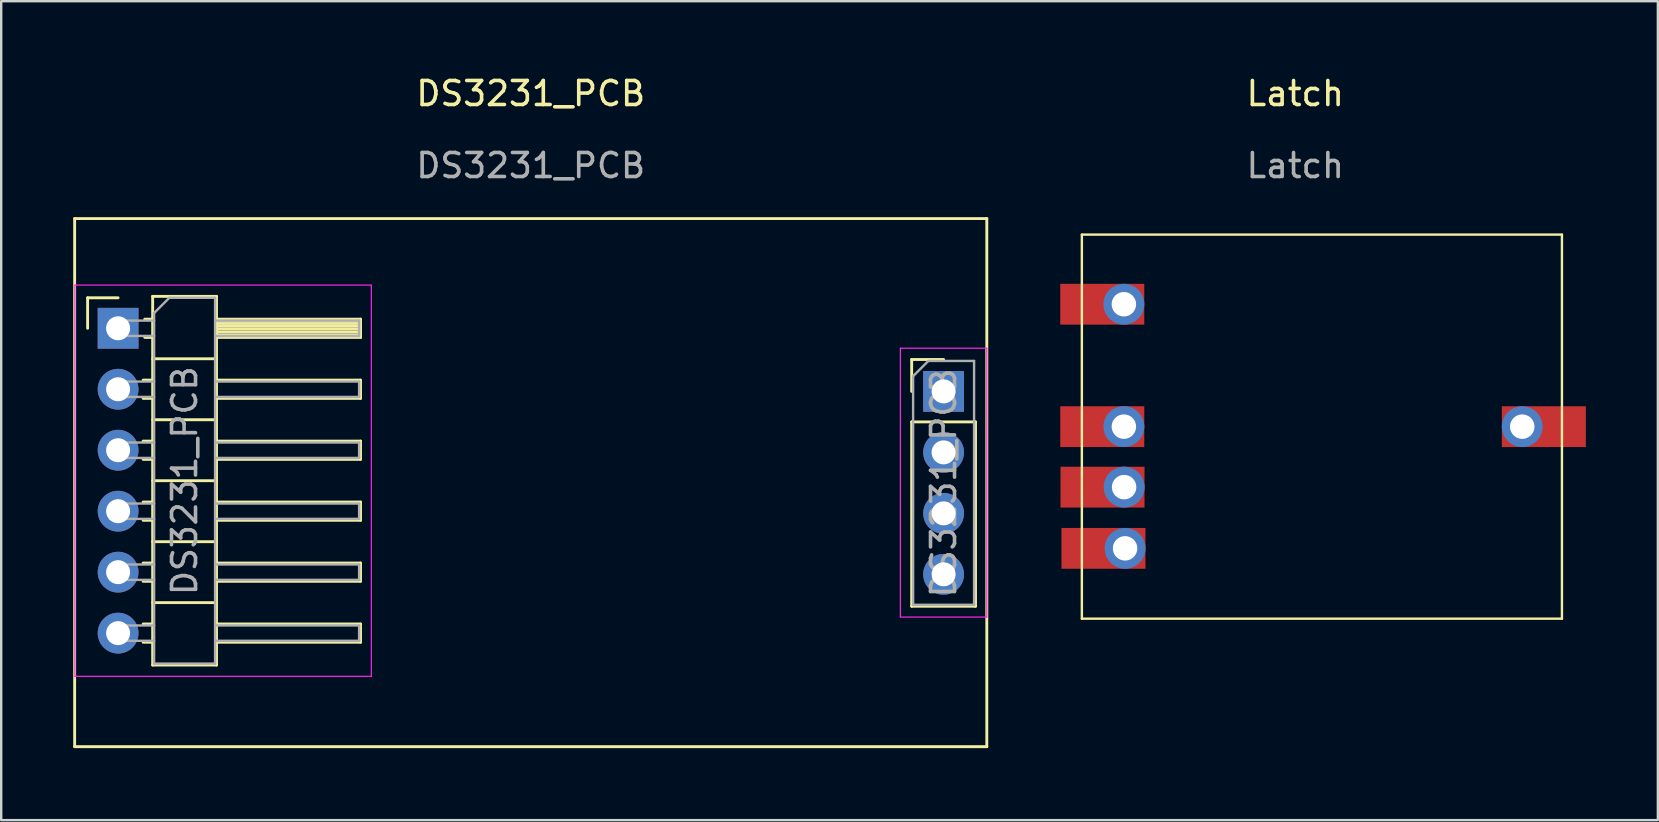
<source format=kicad_pcb>
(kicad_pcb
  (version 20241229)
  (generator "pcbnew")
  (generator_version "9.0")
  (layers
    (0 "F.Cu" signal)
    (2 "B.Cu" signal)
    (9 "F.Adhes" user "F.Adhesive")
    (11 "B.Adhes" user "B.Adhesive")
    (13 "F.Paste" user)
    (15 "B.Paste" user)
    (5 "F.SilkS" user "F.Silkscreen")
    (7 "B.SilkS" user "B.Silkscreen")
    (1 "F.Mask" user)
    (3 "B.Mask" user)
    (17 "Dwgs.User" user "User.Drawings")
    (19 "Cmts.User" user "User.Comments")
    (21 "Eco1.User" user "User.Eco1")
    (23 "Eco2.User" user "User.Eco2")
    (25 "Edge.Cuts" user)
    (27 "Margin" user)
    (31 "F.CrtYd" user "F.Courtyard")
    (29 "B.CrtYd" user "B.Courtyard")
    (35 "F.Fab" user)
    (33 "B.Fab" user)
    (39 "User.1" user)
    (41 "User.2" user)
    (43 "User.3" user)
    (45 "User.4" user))
  (footprint "Latch"
    (layer "F.Cu")
    (at 50.91 14.262)
    (property "Reference" "Latch" (at 0 -13.414 0) (unlocked yes) (layer "F.SilkS") (effects (font (size 1 1) (thickness 0.15))))
    (attr smd)
    (fp_line (start -8.89 -7.538) (end -8.89 8.462) (stroke (width 0.1) (type solid)) (layer "F.SilkS"))
    (fp_line (start -8.89 8.462) (end 11.11 8.462) (stroke (width 0.1) (type solid)) (layer "F.SilkS"))
    (fp_line (start 11.11 -7.538) (end -8.89 -7.538) (stroke (width 0.1) (type solid)) (layer "F.SilkS"))
    (fp_line (start 11.11 8.462) (end 11.11 -7.538) (stroke (width 0.1) (type solid)) (layer "F.SilkS"))
    (fp_text user "${REFERENCE}" (at 0 -10.414 0) (unlocked yes) (layer "F.Fab") (effects (font (size 1 1) (thickness 0.15))))
    (pad "1" thru_hole oval (at -7.14 -4.638) (size 1.7 1.7) (drill 1.02) (layers "*.Cu" "*.Mask"))
    (pad "1" smd rect (at -7.14 -4.638) (size 3.5 1.7) (drill (offset -0.9 0)) (layers "F.Cu" "F.Mask"))
    (pad "2" thru_hole oval (at -7.14 0.462) (size 1.7 1.7) (drill 1.02) (layers "*.Cu" "*.Mask"))
    (pad "2" smd rect (at -7.14 0.462) (size 3.5 1.7) (drill (offset -0.9 0)) (layers "F.Cu" "F.Mask"))
    (pad "3" thru_hole oval (at -7.13 2.982) (size 1.7 1.7) (drill 1.02) (layers "*.Cu" "*.Mask"))
    (pad "3" smd rect (at -7.13 2.982) (size 3.5 1.7) (drill (offset -0.9 0)) (layers "F.Cu" "F.Mask"))
    (pad "4" thru_hole oval (at -7.09 5.532) (size 1.7 1.7) (drill 1.02) (layers "*.Cu" "*.Mask"))
    (pad "4" smd rect (at -7.09 5.532) (size 3.5 1.7) (drill (offset -0.9 0)) (layers "F.Cu" "F.Mask"))
    (pad "5" thru_hole oval (at 9.456 0.462 180) (size 1.7 1.7) (drill 1.02) (layers "*.Cu" "*.Mask"))
    (pad "5" smd rect (at 9.456 0.462 180) (size 3.5 1.7) (drill (offset -0.9 0)) (layers "F.Cu" "F.Mask")))
  (footprint "DS3231_PCB"
    (layer "F.Cu")
    (at 19.06 17.056)
    (property "Reference" "DS3231_PCB" (at 0 -16.208 0) (unlocked yes) (layer "F.SilkS") (effects (font (size 1 1) (thickness 0.15))))
    (attr smd)
    (fp_line (start -19 -11) (end 19 -11) (stroke (width 0.12) (type solid)) (layer "F.SilkS"))
    (fp_line (start -19 11) (end -19 -11) (stroke (width 0.12) (type solid)) (layer "F.SilkS"))
    (fp_line (start -18.46 -7.7) (end -17.19 -7.7) (stroke (width 0.12) (type solid)) (layer "F.SilkS"))
    (fp_line (start -18.46 -6.43) (end -18.46 -7.7) (stroke (width 0.12) (type solid)) (layer "F.SilkS"))
    (fp_line (start -16.147 -4.27) (end -15.75 -4.27) (stroke (width 0.12) (type solid)) (layer "F.SilkS"))
    (fp_line (start -16.147 -3.51) (end -15.75 -3.51) (stroke (width 0.12) (type solid)) (layer "F.SilkS"))
    (fp_line (start -16.147 -1.73) (end -15.75 -1.73) (stroke (width 0.12) (type solid)) (layer "F.SilkS"))
    (fp_line (start -16.147 -0.97) (end -15.75 -0.97) (stroke (width 0.12) (type solid)) (layer "F.SilkS"))
    (fp_line (start -16.147 0.81) (end -15.75 0.81) (stroke (width 0.12) (type solid)) (layer "F.SilkS"))
    (fp_line (start -16.147 1.57) (end -15.75 1.57) (stroke (width 0.12) (type solid)) (layer "F.SilkS"))
    (fp_line (start -16.147 3.35) (end -15.75 3.35) (stroke (width 0.12) (type solid)) (layer "F.SilkS"))
    (fp_line (start -16.147 4.11) (end -15.75 4.11) (stroke (width 0.12) (type solid)) (layer "F.SilkS"))
    (fp_line (start -16.147 5.89) (end -15.75 5.89) (stroke (width 0.12) (type solid)) (layer "F.SilkS"))
    (fp_line (start -16.147 6.65) (end -15.75 6.65) (stroke (width 0.12) (type solid)) (layer "F.SilkS"))
    (fp_line (start -16.08 -6.81) (end -15.75 -6.81) (stroke (width 0.12) (type solid)) (layer "F.SilkS"))
    (fp_line (start -16.08 -6.05) (end -15.75 -6.05) (stroke (width 0.12) (type solid)) (layer "F.SilkS"))
    (fp_line (start -15.75 -7.76) (end -15.75 7.6) (stroke (width 0.12) (type solid)) (layer "F.SilkS"))
    (fp_line (start -15.75 -5.16) (end -13.09 -5.16) (stroke (width 0.12) (type solid)) (layer "F.SilkS"))
    (fp_line (start -15.75 -2.62) (end -13.09 -2.62) (stroke (width 0.12) (type solid)) (layer "F.SilkS"))
    (fp_line (start -15.75 -0.08) (end -13.09 -0.08) (stroke (width 0.12) (type solid)) (layer "F.SilkS"))
    (fp_line (start -15.75 2.46) (end -13.09 2.46) (stroke (width 0.12) (type solid)) (layer "F.SilkS"))
    (fp_line (start -15.75 5) (end -13.09 5) (stroke (width 0.12) (type solid)) (layer "F.SilkS"))
    (fp_line (start -15.75 7.6) (end -13.09 7.6) (stroke (width 0.12) (type solid)) (layer "F.SilkS"))
    (fp_line (start -13.09 -7.76) (end -15.75 -7.76) (stroke (width 0.12) (type solid)) (layer "F.SilkS"))
    (fp_line (start -13.09 -6.81) (end -7.09 -6.81) (stroke (width 0.12) (type solid)) (layer "F.SilkS"))
    (fp_line (start -13.09 -6.75) (end -7.09 -6.75) (stroke (width 0.12) (type solid)) (layer "F.SilkS"))
    (fp_line (start -13.09 -6.63) (end -7.09 -6.63) (stroke (width 0.12) (type solid)) (layer "F.SilkS"))
    (fp_line (start -13.09 -6.51) (end -7.09 -6.51) (stroke (width 0.12) (type solid)) (layer "F.SilkS"))
    (fp_line (start -13.09 -6.39) (end -7.09 -6.39) (stroke (width 0.12) (type solid)) (layer "F.SilkS"))
    (fp_line (start -13.09 -6.27) (end -7.09 -6.27) (stroke (width 0.12) (type solid)) (layer "F.SilkS"))
    (fp_line (start -13.09 -6.15) (end -7.09 -6.15) (stroke (width 0.12) (type solid)) (layer "F.SilkS"))
    (fp_line (start -13.09 -4.27) (end -7.09 -4.27) (stroke (width 0.12) (type solid)) (layer "F.SilkS"))
    (fp_line (start -13.09 -1.73) (end -7.09 -1.73) (stroke (width 0.12) (type solid)) (layer "F.SilkS"))
    (fp_line (start -13.09 0.81) (end -7.09 0.81) (stroke (width 0.12) (type solid)) (layer "F.SilkS"))
    (fp_line (start -13.09 3.35) (end -7.09 3.35) (stroke (width 0.12) (type solid)) (layer "F.SilkS"))
    (fp_line (start -13.09 5.89) (end -7.09 5.89) (stroke (width 0.12) (type solid)) (layer "F.SilkS"))
    (fp_line (start -13.09 7.6) (end -13.09 -7.76) (stroke (width 0.12) (type solid)) (layer "F.SilkS"))
    (fp_line (start -7.09 -6.81) (end -7.09 -6.05) (stroke (width 0.12) (type solid)) (layer "F.SilkS"))
    (fp_line (start -7.09 -6.05) (end -13.09 -6.05) (stroke (width 0.12) (type solid)) (layer "F.SilkS"))
    (fp_line (start -7.09 -4.27) (end -7.09 -3.51) (stroke (width 0.12) (type solid)) (layer "F.SilkS"))
    (fp_line (start -7.09 -3.51) (end -13.09 -3.51) (stroke (width 0.12) (type solid)) (layer "F.SilkS"))
    (fp_line (start -7.09 -1.73) (end -7.09 -0.97) (stroke (width 0.12) (type solid)) (layer "F.SilkS"))
    (fp_line (start -7.09 -0.97) (end -13.09 -0.97) (stroke (width 0.12) (type solid)) (layer "F.SilkS"))
    (fp_line (start -7.09 0.81) (end -7.09 1.57) (stroke (width 0.12) (type solid)) (layer "F.SilkS"))
    (fp_line (start -7.09 1.57) (end -13.09 1.57) (stroke (width 0.12) (type solid)) (layer "F.SilkS"))
    (fp_line (start -7.09 3.35) (end -7.09 4.11) (stroke (width 0.12) (type solid)) (layer "F.SilkS"))
    (fp_line (start -7.09 4.11) (end -13.09 4.11) (stroke (width 0.12) (type solid)) (layer "F.SilkS"))
    (fp_line (start -7.09 5.89) (end -7.09 6.65) (stroke (width 0.12) (type solid)) (layer "F.SilkS"))
    (fp_line (start -7.09 6.65) (end -13.09 6.65) (stroke (width 0.12) (type solid)) (layer "F.SilkS"))
    (fp_line (start 15.87 -5.13) (end 17.2 -5.13) (stroke (width 0.12) (type solid)) (layer "F.SilkS"))
    (fp_line (start 15.87 -3.8) (end 15.87 -5.13) (stroke (width 0.12) (type solid)) (layer "F.SilkS"))
    (fp_line (start 15.87 -2.53) (end 15.87 5.15) (stroke (width 0.12) (type solid)) (layer "F.SilkS"))
    (fp_line (start 15.87 -2.53) (end 18.53 -2.53) (stroke (width 0.12) (type solid)) (layer "F.SilkS"))
    (fp_line (start 15.87 5.15) (end 18.53 5.15) (stroke (width 0.12) (type solid)) (layer "F.SilkS"))
    (fp_line (start 18.53 -2.53) (end 18.53 5.15) (stroke (width 0.12) (type solid)) (layer "F.SilkS"))
    (fp_line (start 19 -11) (end 19 11) (stroke (width 0.12) (type solid)) (layer "F.SilkS"))
    (fp_line (start 19 11) (end -19 11) (stroke (width 0.12) (type solid)) (layer "F.SilkS"))
    (fp_line (start -18.99 -8.23) (end -18.99 8.07) (stroke (width 0.05) (type solid)) (layer "F.CrtYd"))
    (fp_line (start -18.99 8.07) (end -6.64 8.07) (stroke (width 0.05) (type solid)) (layer "F.CrtYd"))
    (fp_line (start -6.64 -8.23) (end -18.99 -8.23) (stroke (width 0.05) (type solid)) (layer "F.CrtYd"))
    (fp_line (start -6.64 8.07) (end -6.64 -8.23) (stroke (width 0.05) (type solid)) (layer "F.CrtYd"))
    (fp_line (start 15.4 -5.6) (end 15.4 5.6) (stroke (width 0.05) (type solid)) (layer "F.CrtYd"))
    (fp_line (start 15.4 5.6) (end 19 5.6) (stroke (width 0.05) (type solid)) (layer "F.CrtYd"))
    (fp_line (start 19 -5.6) (end 15.4 -5.6) (stroke (width 0.05) (type solid)) (layer "F.CrtYd"))
    (fp_line (start 19 5.6) (end 19 -5.6) (stroke (width 0.05) (type solid)) (layer "F.CrtYd"))
    (fp_line (start -17.51 -6.75) (end -17.51 -6.11) (stroke (width 0.1) (type solid)) (layer "F.Fab"))
    (fp_line (start -17.51 -6.75) (end -15.69 -6.75) (stroke (width 0.1) (type solid)) (layer "F.Fab"))
    (fp_line (start -17.51 -6.11) (end -15.69 -6.11) (stroke (width 0.1) (type solid)) (layer "F.Fab"))
    (fp_line (start -17.51 -4.21) (end -17.51 -3.57) (stroke (width 0.1) (type solid)) (layer "F.Fab"))
    (fp_line (start -17.51 -4.21) (end -15.69 -4.21) (stroke (width 0.1) (type solid)) (layer "F.Fab"))
    (fp_line (start -17.51 -3.57) (end -15.69 -3.57) (stroke (width 0.1) (type solid)) (layer "F.Fab"))
    (fp_line (start -17.51 -1.67) (end -17.51 -1.03) (stroke (width 0.1) (type solid)) (layer "F.Fab"))
    (fp_line (start -17.51 -1.67) (end -15.69 -1.67) (stroke (width 0.1) (type solid)) (layer "F.Fab"))
    (fp_line (start -17.51 -1.03) (end -15.69 -1.03) (stroke (width 0.1) (type solid)) (layer "F.Fab"))
    (fp_line (start -17.51 0.87) (end -17.51 1.51) (stroke (width 0.1) (type solid)) (layer "F.Fab"))
    (fp_line (start -17.51 0.87) (end -15.69 0.87) (stroke (width 0.1) (type solid)) (layer "F.Fab"))
    (fp_line (start -17.51 1.51) (end -15.69 1.51) (stroke (width 0.1) (type solid)) (layer "F.Fab"))
    (fp_line (start -17.51 3.41) (end -17.51 4.05) (stroke (width 0.1) (type solid)) (layer "F.Fab"))
    (fp_line (start -17.51 3.41) (end -15.69 3.41) (stroke (width 0.1) (type solid)) (layer "F.Fab"))
    (fp_line (start -17.51 4.05) (end -15.69 4.05) (stroke (width 0.1) (type solid)) (layer "F.Fab"))
    (fp_line (start -17.51 5.95) (end -17.51 6.59) (stroke (width 0.1) (type solid)) (layer "F.Fab"))
    (fp_line (start -17.51 5.95) (end -15.69 5.95) (stroke (width 0.1) (type solid)) (layer "F.Fab"))
    (fp_line (start -17.51 6.59) (end -15.69 6.59) (stroke (width 0.1) (type solid)) (layer "F.Fab"))
    (fp_line (start -15.69 -7.065) (end -15.055 -7.7) (stroke (width 0.1) (type solid)) (layer "F.Fab"))
    (fp_line (start -15.69 7.54) (end -15.69 -7.065) (stroke (width 0.1) (type solid)) (layer "F.Fab"))
    (fp_line (start -15.055 -7.7) (end -13.15 -7.7) (stroke (width 0.1) (type solid)) (layer "F.Fab"))
    (fp_line (start -13.15 -7.7) (end -13.15 7.54) (stroke (width 0.1) (type solid)) (layer "F.Fab"))
    (fp_line (start -13.15 -6.75) (end -7.15 -6.75) (stroke (width 0.1) (type solid)) (layer "F.Fab"))
    (fp_line (start -13.15 -6.11) (end -7.15 -6.11) (stroke (width 0.1) (type solid)) (layer "F.Fab"))
    (fp_line (start -13.15 -4.21) (end -7.15 -4.21) (stroke (width 0.1) (type solid)) (layer "F.Fab"))
    (fp_line (start -13.15 -3.57) (end -7.15 -3.57) (stroke (width 0.1) (type solid)) (layer "F.Fab"))
    (fp_line (start -13.15 -1.67) (end -7.15 -1.67) (stroke (width 0.1) (type solid)) (layer "F.Fab"))
    (fp_line (start -13.15 -1.03) (end -7.15 -1.03) (stroke (width 0.1) (type solid)) (layer "F.Fab"))
    (fp_line (start -13.15 0.87) (end -7.15 0.87) (stroke (width 0.1) (type solid)) (layer "F.Fab"))
    (fp_line (start -13.15 1.51) (end -7.15 1.51) (stroke (width 0.1) (type solid)) (layer "F.Fab"))
    (fp_line (start -13.15 3.41) (end -7.15 3.41) (stroke (width 0.1) (type solid)) (layer "F.Fab"))
    (fp_line (start -13.15 4.05) (end -7.15 4.05) (stroke (width 0.1) (type solid)) (layer "F.Fab"))
    (fp_line (start -13.15 5.95) (end -7.15 5.95) (stroke (width 0.1) (type solid)) (layer "F.Fab"))
    (fp_line (start -13.15 6.59) (end -7.15 6.59) (stroke (width 0.1) (type solid)) (layer "F.Fab"))
    (fp_line (start -13.15 7.54) (end -15.69 7.54) (stroke (width 0.1) (type solid)) (layer "F.Fab"))
    (fp_line (start -7.15 -6.75) (end -7.15 -6.11) (stroke (width 0.1) (type solid)) (layer "F.Fab"))
    (fp_line (start -7.15 -4.21) (end -7.15 -3.57) (stroke (width 0.1) (type solid)) (layer "F.Fab"))
    (fp_line (start -7.15 -1.67) (end -7.15 -1.03) (stroke (width 0.1) (type solid)) (layer "F.Fab"))
    (fp_line (start -7.15 0.87) (end -7.15 1.51) (stroke (width 0.1) (type solid)) (layer "F.Fab"))
    (fp_line (start -7.15 3.41) (end -7.15 4.05) (stroke (width 0.1) (type solid)) (layer "F.Fab"))
    (fp_line (start -7.15 5.95) (end -7.15 6.59) (stroke (width 0.1) (type solid)) (layer "F.Fab"))
    (fp_line (start 15.93 -4.435) (end 16.565 -5.07) (stroke (width 0.1) (type solid)) (layer "F.Fab"))
    (fp_line (start 15.93 5.09) (end 15.93 -4.435) (stroke (width 0.1) (type solid)) (layer "F.Fab"))
    (fp_line (start 16.565 -5.07) (end 18.47 -5.07) (stroke (width 0.1) (type solid)) (layer "F.Fab"))
    (fp_line (start 18.47 -5.07) (end 18.47 5.09) (stroke (width 0.1) (type solid)) (layer "F.Fab"))
    (fp_line (start 18.47 5.09) (end 15.93 5.09) (stroke (width 0.1) (type solid)) (layer "F.Fab"))
    (fp_text user "${REFERENCE}" (at 17.2 0.01 90) (layer "F.Fab") (effects (font (size 1 1) (thickness 0.15))))
    (fp_text user "${REFERENCE}" (at 0 -13.208 0) (unlocked yes) (layer "F.Fab") (effects (font (size 1 1) (thickness 0.15))))
    (fp_text user "${REFERENCE}" (at -14.42 -0.08 90) (layer "F.Fab") (effects (font (size 1 1) (thickness 0.15))))
    (pad "1" thru_hole rect (at -17.19 -6.43) (size 1.7 1.7) (drill 1) (layers "*.Cu" "*.Mask"))
    (pad "1" thru_hole rect (at 17.2 -3.8) (size 1.7 1.7) (drill 1) (layers "*.Cu" "*.Mask"))
    (pad "2" thru_hole oval (at -17.19 -3.89) (size 1.7 1.7) (drill 1) (layers "*.Cu" "*.Mask"))
    (pad "2" thru_hole oval (at 17.2 -1.26) (size 1.7 1.7) (drill 1) (layers "*.Cu" "*.Mask"))
    (pad "3" thru_hole oval (at -17.19 -1.35) (size 1.7 1.7) (drill 1) (layers "*.Cu" "*.Mask"))
    (pad "3" thru_hole oval (at 17.2 1.28) (size 1.7 1.7) (drill 1) (layers "*.Cu" "*.Mask"))
    (pad "4" thru_hole oval (at -17.19 1.19) (size 1.7 1.7) (drill 1) (layers "*.Cu" "*.Mask"))
    (pad "4" thru_hole oval (at 17.2 3.82) (size 1.7 1.7) (drill 1) (layers "*.Cu" "*.Mask"))
    (pad "5" thru_hole oval (at -17.19 3.73) (size 1.7 1.7) (drill 1) (layers "*.Cu" "*.Mask"))
    (pad "6" thru_hole oval (at -17.19 6.27) (size 1.7 1.7) (drill 1) (layers "*.Cu" "*.Mask")))
  (gr_rect
    (start -3 -3)
    (end 66.016 31.116)
    (stroke (width 0.1) (type default))
    (fill no)
    (layer "Edge.Cuts")))
</source>
